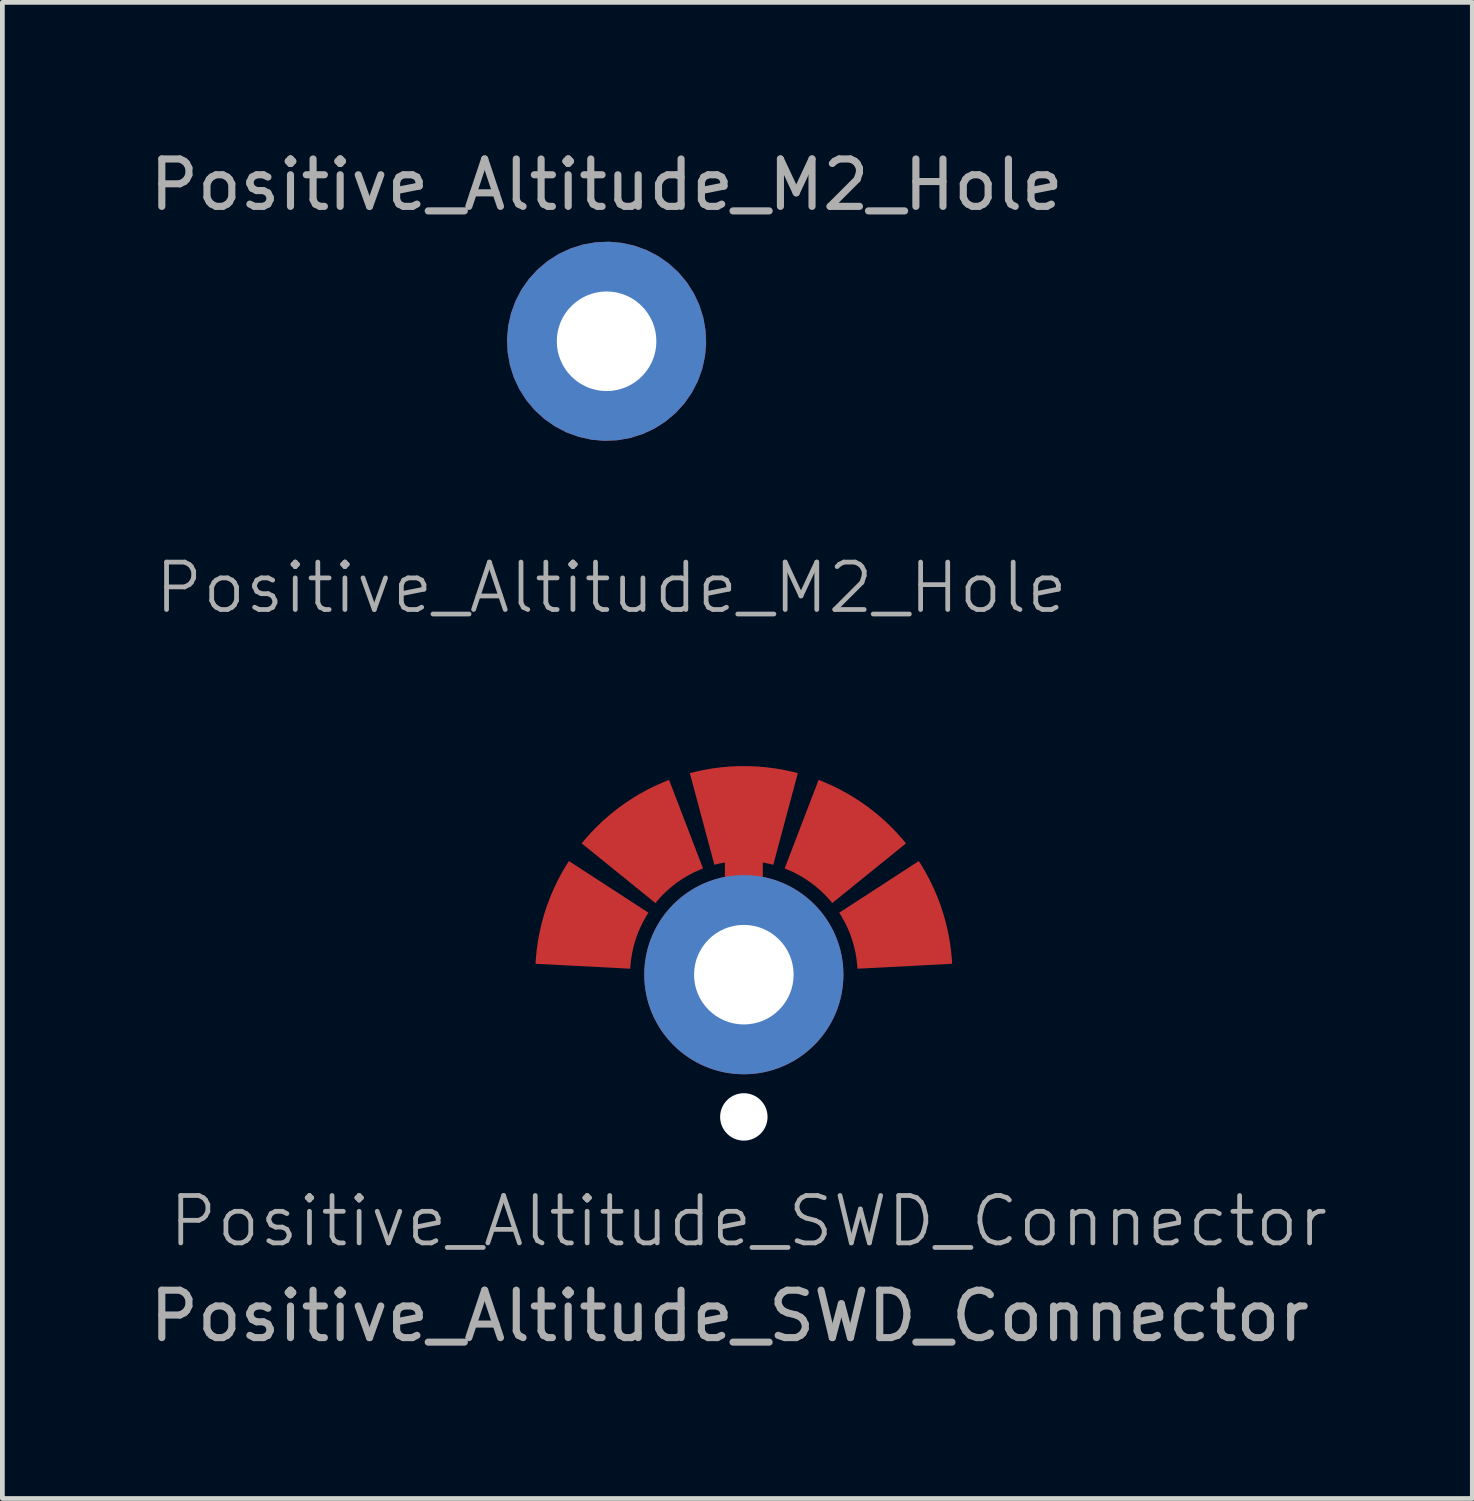
<source format=kicad_pcb>
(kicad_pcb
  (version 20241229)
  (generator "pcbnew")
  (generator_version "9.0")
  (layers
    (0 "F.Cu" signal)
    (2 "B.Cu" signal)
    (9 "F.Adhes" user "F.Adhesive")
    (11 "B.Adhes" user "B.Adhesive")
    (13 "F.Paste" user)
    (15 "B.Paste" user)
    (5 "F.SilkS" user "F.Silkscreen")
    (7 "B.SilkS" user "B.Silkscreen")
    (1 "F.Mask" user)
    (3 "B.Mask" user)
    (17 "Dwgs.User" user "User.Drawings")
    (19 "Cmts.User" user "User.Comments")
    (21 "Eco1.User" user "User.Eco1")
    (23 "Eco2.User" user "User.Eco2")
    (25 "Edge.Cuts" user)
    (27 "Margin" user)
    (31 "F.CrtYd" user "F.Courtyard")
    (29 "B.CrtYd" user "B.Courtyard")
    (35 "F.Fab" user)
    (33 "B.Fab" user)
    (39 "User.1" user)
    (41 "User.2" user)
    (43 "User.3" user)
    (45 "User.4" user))
  (footprint "Positive_Altitude_M2_Hole"
    (layer "F.Cu")
    (at 9.744 4.148)
    (property "Reference" "Positive_Altitude_M2_Hole" (at 0.1 5.2 0) (unlocked yes) (layer "F.Fab") (effects (font (size 1 1) (thickness 0.1))))
    (attr smd)
    (fp_text user "${REFERENCE}" (at 0 -3.3 0) (unlocked yes) (layer "F.Fab") (effects (font (size 1 1) (thickness 0.15))))
    (pad "1" thru_hole custom (at 0 0 10) (size 4.2 4.2) (drill 2.1) (layers "*.Cu" "*.Mask") (remove_unused_layers yes) (keep_end_layers yes) (zone_layer_connections) (options (anchor circle)) (primitives)))
  (footprint "Positive_Altitude_SWD_Connector"
    (layer "F.Cu")
    (at 12.639 17.508)
    (property "Reference" "Positive_Altitude_SWD_Connector" (at 0.1 5.2 0) (unlocked yes) (layer "F.Fab") (effects (font (size 1 1) (thickness 0.1))))
    (attr smd)
    (fp_text user "${REFERENCE}" (at -0.3 7.2 0) (unlocked yes) (layer "F.Fab") (effects (font (size 1 1) (thickness 0.15))))
    (pad "" np_thru_hole circle (at 0 3) (size 1 1) (drill 1) (layers "*.Cu" "*.Mask"))
    (pad "1" smd custom (at 3.138 -1.02 288) (size 1 1) (layers "F.Cu" "F.Mask") (options (anchor circle)) (primitives (gr_poly (pts (arc (start 0.621 0.981996) (mid 0 0.900239) (end -0.621 0.981996)) (arc (start -1.139 -0.950004) (mid 0 -1.099957) (end 1.139 -0.950004))) (width 0) (fill yes))))
    (pad "2" smd custom (at 1.94 -2.67 324) (size 1 1) (layers "F.Cu" "F.Mask") (options (anchor circle)) (primitives (gr_poly (pts (arc (start 0.621 0.981996) (mid 0 0.900239) (end -0.621 0.981996)) (arc (start -1.139 -0.950004) (mid 0 -1.099956) (end 1.139 -0.950004))) (width 0) (fill yes))))
    (pad "3" smd custom (at 0 -3.3) (size 1 1) (layers "F.Cu" "F.Mask") (options (anchor circle)) (primitives (gr_poly (pts (arc (start 0.621 0.981996) (mid 0 0.90024) (end -0.621 0.981996)) (arc (start -1.139 -0.950004) (mid 0 -1.099956) (end 1.139 -0.950004))) (width 0) (fill yes)) (gr_poly (pts (xy -0.4 1.3) (xy -0.4 0.7) (xy 0.4 0.7) (xy 0.4 1.3)) (width 0) (fill yes))))
    (pad "3" thru_hole circle (at 0 0) (size 4.2 4.2) (drill 2.1) (layers "*.Cu" "*.Mask") (remove_unused_layers yes) (keep_end_layers yes) (zone_layer_connections))
    (pad "4" smd custom (at -1.94 -2.67 36) (size 1 1) (layers "F.Cu" "F.Mask") (options (anchor circle)) (primitives (gr_poly (pts (arc (start 0.620999 0.982) (mid 0 0.900244) (end -0.621 0.981999)) (arc (start -1.139 -0.950001) (mid 0 -1.099952) (end 1.139 -0.950001))) (width 0) (fill yes))))
    (pad "5" smd custom (at -3.138 -1.02 72) (size 1 1) (layers "F.Cu" "F.Mask") (options (anchor circle)) (primitives (gr_poly (pts (arc (start 0.621 0.981996) (mid 0 0.900239) (end -0.621 0.981996)) (arc (start -1.139 -0.950004) (mid 0 -1.099957) (end 1.139 -0.950004))) (width 0) (fill yes)))))
  (gr_rect
    (start -3 -3)
    (end 28.004 28.556)
    (stroke (width 0.1) (type default))
    (fill no)
    (layer "Edge.Cuts")))
</source>
